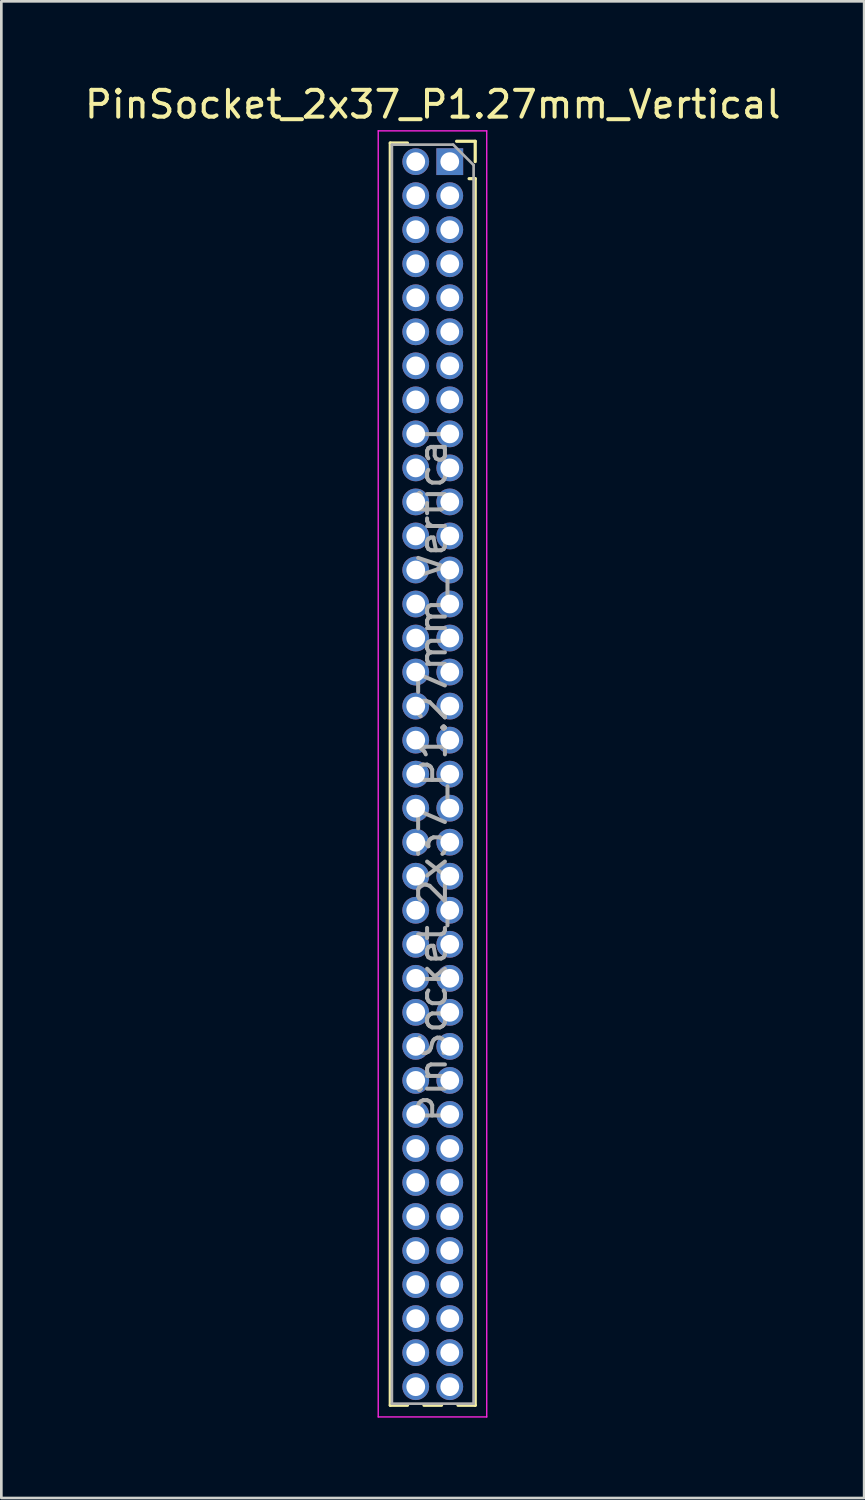
<source format=kicad_pcb>
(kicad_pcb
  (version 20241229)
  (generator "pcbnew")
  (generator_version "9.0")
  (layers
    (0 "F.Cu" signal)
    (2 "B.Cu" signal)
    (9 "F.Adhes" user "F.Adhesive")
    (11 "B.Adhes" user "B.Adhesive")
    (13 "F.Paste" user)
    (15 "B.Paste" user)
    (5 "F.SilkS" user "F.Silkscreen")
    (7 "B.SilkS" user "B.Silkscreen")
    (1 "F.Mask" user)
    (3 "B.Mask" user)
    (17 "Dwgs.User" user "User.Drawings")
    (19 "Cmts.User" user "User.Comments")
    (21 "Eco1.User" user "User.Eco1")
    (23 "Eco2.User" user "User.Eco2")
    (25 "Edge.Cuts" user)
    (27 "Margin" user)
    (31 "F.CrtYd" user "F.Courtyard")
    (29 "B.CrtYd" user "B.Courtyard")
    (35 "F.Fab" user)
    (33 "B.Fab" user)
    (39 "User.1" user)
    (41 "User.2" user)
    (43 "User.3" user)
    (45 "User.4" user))
  (footprint "PinSocket_2x37_P1.27mm_Vertical"
    (layer "F.Cu")
    (at 13.736 2.983)
    (property "Reference" "PinSocket_2x37_P1.27mm_Vertical" (at -0.635 -2.135 0) (layer "F.SilkS") (effects (font (size 1 1) (thickness 0.15))))
    (attr through_hole)
    (fp_line (start -2.22 -0.695) (end -2.22 46.415) (stroke (width 0.12) (type solid)) (layer "F.SilkS"))
    (fp_line (start -2.22 -0.695) (end -1.578 -0.695) (stroke (width 0.12) (type solid)) (layer "F.SilkS"))
    (fp_line (start -2.22 46.415) (end -1.578 46.415) (stroke (width 0.12) (type solid)) (layer "F.SilkS"))
    (fp_line (start -0.962 46.415) (end -0.308 46.415) (stroke (width 0.12) (type solid)) (layer "F.SilkS"))
    (fp_line (start 0.255 -0.76) (end 0.95 -0.76) (stroke (width 0.12) (type solid)) (layer "F.SilkS"))
    (fp_line (start 0.308 46.415) (end 0.95 46.415) (stroke (width 0.12) (type solid)) (layer "F.SilkS"))
    (fp_line (start 0.722 0.635) (end 0.95 0.635) (stroke (width 0.12) (type solid)) (layer "F.SilkS"))
    (fp_line (start 0.95 -0.76) (end 0.95 0) (stroke (width 0.12) (type solid)) (layer "F.SilkS"))
    (fp_line (start 0.95 0.635) (end 0.95 46.415) (stroke (width 0.12) (type solid)) (layer "F.SilkS"))
    (fp_line (start -2.67 -1.15) (end 1.38 -1.15) (stroke (width 0.05) (type solid)) (layer "F.CrtYd"))
    (fp_line (start -2.67 46.85) (end -2.67 -1.15) (stroke (width 0.05) (type solid)) (layer "F.CrtYd"))
    (fp_line (start 1.38 -1.15) (end 1.38 46.85) (stroke (width 0.05) (type solid)) (layer "F.CrtYd"))
    (fp_line (start 1.38 46.85) (end -2.67 46.85) (stroke (width 0.05) (type solid)) (layer "F.CrtYd"))
    (fp_line (start -2.16 -0.635) (end 0.128 -0.635) (stroke (width 0.1) (type solid)) (layer "F.Fab"))
    (fp_line (start -2.16 46.355) (end -2.16 -0.635) (stroke (width 0.1) (type solid)) (layer "F.Fab"))
    (fp_line (start 0.128 -0.635) (end 0.89 0.128) (stroke (width 0.1) (type solid)) (layer "F.Fab"))
    (fp_line (start 0.89 0.128) (end 0.89 46.355) (stroke (width 0.1) (type solid)) (layer "F.Fab"))
    (fp_line (start 0.89 46.355) (end -2.16 46.355) (stroke (width 0.1) (type solid)) (layer "F.Fab"))
    (fp_text user "${REFERENCE}" (at -0.635 22.86 90) (layer "F.Fab") (effects (font (size 1 1) (thickness 0.15))))
    (pad "1" thru_hole rect (at 0 0) (size 1 1) (drill 0.7) (layers "*.Cu" "*.Mask"))
    (pad "2" thru_hole oval (at -1.27 0) (size 1 1) (drill 0.7) (layers "*.Cu" "*.Mask"))
    (pad "3" thru_hole oval (at 0 1.27) (size 1 1) (drill 0.7) (layers "*.Cu" "*.Mask"))
    (pad "4" thru_hole oval (at -1.27 1.27) (size 1 1) (drill 0.7) (layers "*.Cu" "*.Mask"))
    (pad "5" thru_hole oval (at 0 2.54) (size 1 1) (drill 0.7) (layers "*.Cu" "*.Mask"))
    (pad "6" thru_hole oval (at -1.27 2.54) (size 1 1) (drill 0.7) (layers "*.Cu" "*.Mask"))
    (pad "7" thru_hole oval (at 0 3.81) (size 1 1) (drill 0.7) (layers "*.Cu" "*.Mask"))
    (pad "8" thru_hole oval (at -1.27 3.81) (size 1 1) (drill 0.7) (layers "*.Cu" "*.Mask"))
    (pad "9" thru_hole oval (at 0 5.08) (size 1 1) (drill 0.7) (layers "*.Cu" "*.Mask"))
    (pad "10" thru_hole oval (at -1.27 5.08) (size 1 1) (drill 0.7) (layers "*.Cu" "*.Mask"))
    (pad "11" thru_hole oval (at 0 6.35) (size 1 1) (drill 0.7) (layers "*.Cu" "*.Mask"))
    (pad "12" thru_hole oval (at -1.27 6.35) (size 1 1) (drill 0.7) (layers "*.Cu" "*.Mask"))
    (pad "13" thru_hole oval (at 0 7.62) (size 1 1) (drill 0.7) (layers "*.Cu" "*.Mask"))
    (pad "14" thru_hole oval (at -1.27 7.62) (size 1 1) (drill 0.7) (layers "*.Cu" "*.Mask"))
    (pad "15" thru_hole oval (at 0 8.89) (size 1 1) (drill 0.7) (layers "*.Cu" "*.Mask"))
    (pad "16" thru_hole oval (at -1.27 8.89) (size 1 1) (drill 0.7) (layers "*.Cu" "*.Mask"))
    (pad "17" thru_hole oval (at 0 10.16) (size 1 1) (drill 0.7) (layers "*.Cu" "*.Mask"))
    (pad "18" thru_hole oval (at -1.27 10.16) (size 1 1) (drill 0.7) (layers "*.Cu" "*.Mask"))
    (pad "19" thru_hole oval (at 0 11.43) (size 1 1) (drill 0.7) (layers "*.Cu" "*.Mask"))
    (pad "20" thru_hole oval (at -1.27 11.43) (size 1 1) (drill 0.7) (layers "*.Cu" "*.Mask"))
    (pad "21" thru_hole oval (at 0 12.7) (size 1 1) (drill 0.7) (layers "*.Cu" "*.Mask"))
    (pad "22" thru_hole oval (at -1.27 12.7) (size 1 1) (drill 0.7) (layers "*.Cu" "*.Mask"))
    (pad "23" thru_hole oval (at 0 13.97) (size 1 1) (drill 0.7) (layers "*.Cu" "*.Mask"))
    (pad "24" thru_hole oval (at -1.27 13.97) (size 1 1) (drill 0.7) (layers "*.Cu" "*.Mask"))
    (pad "25" thru_hole oval (at 0 15.24) (size 1 1) (drill 0.7) (layers "*.Cu" "*.Mask"))
    (pad "26" thru_hole oval (at -1.27 15.24) (size 1 1) (drill 0.7) (layers "*.Cu" "*.Mask"))
    (pad "27" thru_hole oval (at 0 16.51) (size 1 1) (drill 0.7) (layers "*.Cu" "*.Mask"))
    (pad "28" thru_hole oval (at -1.27 16.51) (size 1 1) (drill 0.7) (layers "*.Cu" "*.Mask"))
    (pad "29" thru_hole oval (at 0 17.78) (size 1 1) (drill 0.7) (layers "*.Cu" "*.Mask"))
    (pad "30" thru_hole oval (at -1.27 17.78) (size 1 1) (drill 0.7) (layers "*.Cu" "*.Mask"))
    (pad "31" thru_hole oval (at 0 19.05) (size 1 1) (drill 0.7) (layers "*.Cu" "*.Mask"))
    (pad "32" thru_hole oval (at -1.27 19.05) (size 1 1) (drill 0.7) (layers "*.Cu" "*.Mask"))
    (pad "33" thru_hole oval (at 0 20.32) (size 1 1) (drill 0.7) (layers "*.Cu" "*.Mask"))
    (pad "34" thru_hole oval (at -1.27 20.32) (size 1 1) (drill 0.7) (layers "*.Cu" "*.Mask"))
    (pad "35" thru_hole oval (at 0 21.59) (size 1 1) (drill 0.7) (layers "*.Cu" "*.Mask"))
    (pad "36" thru_hole oval (at -1.27 21.59) (size 1 1) (drill 0.7) (layers "*.Cu" "*.Mask"))
    (pad "37" thru_hole oval (at 0 22.86) (size 1 1) (drill 0.7) (layers "*.Cu" "*.Mask"))
    (pad "38" thru_hole oval (at -1.27 22.86) (size 1 1) (drill 0.7) (layers "*.Cu" "*.Mask"))
    (pad "39" thru_hole oval (at 0 24.13) (size 1 1) (drill 0.7) (layers "*.Cu" "*.Mask"))
    (pad "40" thru_hole oval (at -1.27 24.13) (size 1 1) (drill 0.7) (layers "*.Cu" "*.Mask"))
    (pad "41" thru_hole oval (at 0 25.4) (size 1 1) (drill 0.7) (layers "*.Cu" "*.Mask"))
    (pad "42" thru_hole oval (at -1.27 25.4) (size 1 1) (drill 0.7) (layers "*.Cu" "*.Mask"))
    (pad "43" thru_hole oval (at 0 26.67) (size 1 1) (drill 0.7) (layers "*.Cu" "*.Mask"))
    (pad "44" thru_hole oval (at -1.27 26.67) (size 1 1) (drill 0.7) (layers "*.Cu" "*.Mask"))
    (pad "45" thru_hole oval (at 0 27.94) (size 1 1) (drill 0.7) (layers "*.Cu" "*.Mask"))
    (pad "46" thru_hole oval (at -1.27 27.94) (size 1 1) (drill 0.7) (layers "*.Cu" "*.Mask"))
    (pad "47" thru_hole oval (at 0 29.21) (size 1 1) (drill 0.7) (layers "*.Cu" "*.Mask"))
    (pad "48" thru_hole oval (at -1.27 29.21) (size 1 1) (drill 0.7) (layers "*.Cu" "*.Mask"))
    (pad "49" thru_hole oval (at 0 30.48) (size 1 1) (drill 0.7) (layers "*.Cu" "*.Mask"))
    (pad "50" thru_hole oval (at -1.27 30.48) (size 1 1) (drill 0.7) (layers "*.Cu" "*.Mask"))
    (pad "51" thru_hole oval (at 0 31.75) (size 1 1) (drill 0.7) (layers "*.Cu" "*.Mask"))
    (pad "52" thru_hole oval (at -1.27 31.75) (size 1 1) (drill 0.7) (layers "*.Cu" "*.Mask"))
    (pad "53" thru_hole oval (at 0 33.02) (size 1 1) (drill 0.7) (layers "*.Cu" "*.Mask"))
    (pad "54" thru_hole oval (at -1.27 33.02) (size 1 1) (drill 0.7) (layers "*.Cu" "*.Mask"))
    (pad "55" thru_hole oval (at 0 34.29) (size 1 1) (drill 0.7) (layers "*.Cu" "*.Mask"))
    (pad "56" thru_hole oval (at -1.27 34.29) (size 1 1) (drill 0.7) (layers "*.Cu" "*.Mask"))
    (pad "57" thru_hole oval (at 0 35.56) (size 1 1) (drill 0.7) (layers "*.Cu" "*.Mask"))
    (pad "58" thru_hole oval (at -1.27 35.56) (size 1 1) (drill 0.7) (layers "*.Cu" "*.Mask"))
    (pad "59" thru_hole oval (at 0 36.83) (size 1 1) (drill 0.7) (layers "*.Cu" "*.Mask"))
    (pad "60" thru_hole oval (at -1.27 36.83) (size 1 1) (drill 0.7) (layers "*.Cu" "*.Mask"))
    (pad "61" thru_hole oval (at 0 38.1) (size 1 1) (drill 0.7) (layers "*.Cu" "*.Mask"))
    (pad "62" thru_hole oval (at -1.27 38.1) (size 1 1) (drill 0.7) (layers "*.Cu" "*.Mask"))
    (pad "63" thru_hole oval (at 0 39.37) (size 1 1) (drill 0.7) (layers "*.Cu" "*.Mask"))
    (pad "64" thru_hole oval (at -1.27 39.37) (size 1 1) (drill 0.7) (layers "*.Cu" "*.Mask"))
    (pad "65" thru_hole oval (at 0 40.64) (size 1 1) (drill 0.7) (layers "*.Cu" "*.Mask"))
    (pad "66" thru_hole oval (at -1.27 40.64) (size 1 1) (drill 0.7) (layers "*.Cu" "*.Mask"))
    (pad "67" thru_hole oval (at 0 41.91) (size 1 1) (drill 0.7) (layers "*.Cu" "*.Mask"))
    (pad "68" thru_hole oval (at -1.27 41.91) (size 1 1) (drill 0.7) (layers "*.Cu" "*.Mask"))
    (pad "69" thru_hole oval (at 0 43.18) (size 1 1) (drill 0.7) (layers "*.Cu" "*.Mask"))
    (pad "70" thru_hole oval (at -1.27 43.18) (size 1 1) (drill 0.7) (layers "*.Cu" "*.Mask"))
    (pad "71" thru_hole oval (at 0 44.45) (size 1 1) (drill 0.7) (layers "*.Cu" "*.Mask"))
    (pad "72" thru_hole oval (at -1.27 44.45) (size 1 1) (drill 0.7) (layers "*.Cu" "*.Mask"))
    (pad "73" thru_hole oval (at 0 45.72) (size 1 1) (drill 0.7) (layers "*.Cu" "*.Mask"))
    (pad "74" thru_hole oval (at -1.27 45.72) (size 1 1) (drill 0.7) (layers "*.Cu" "*.Mask")))
  (gr_rect
    (start -3 -3)
    (end 29.202 52.858)
    (stroke (width 0.1) (type default))
    (fill no)
    (layer "Edge.Cuts")))
</source>
